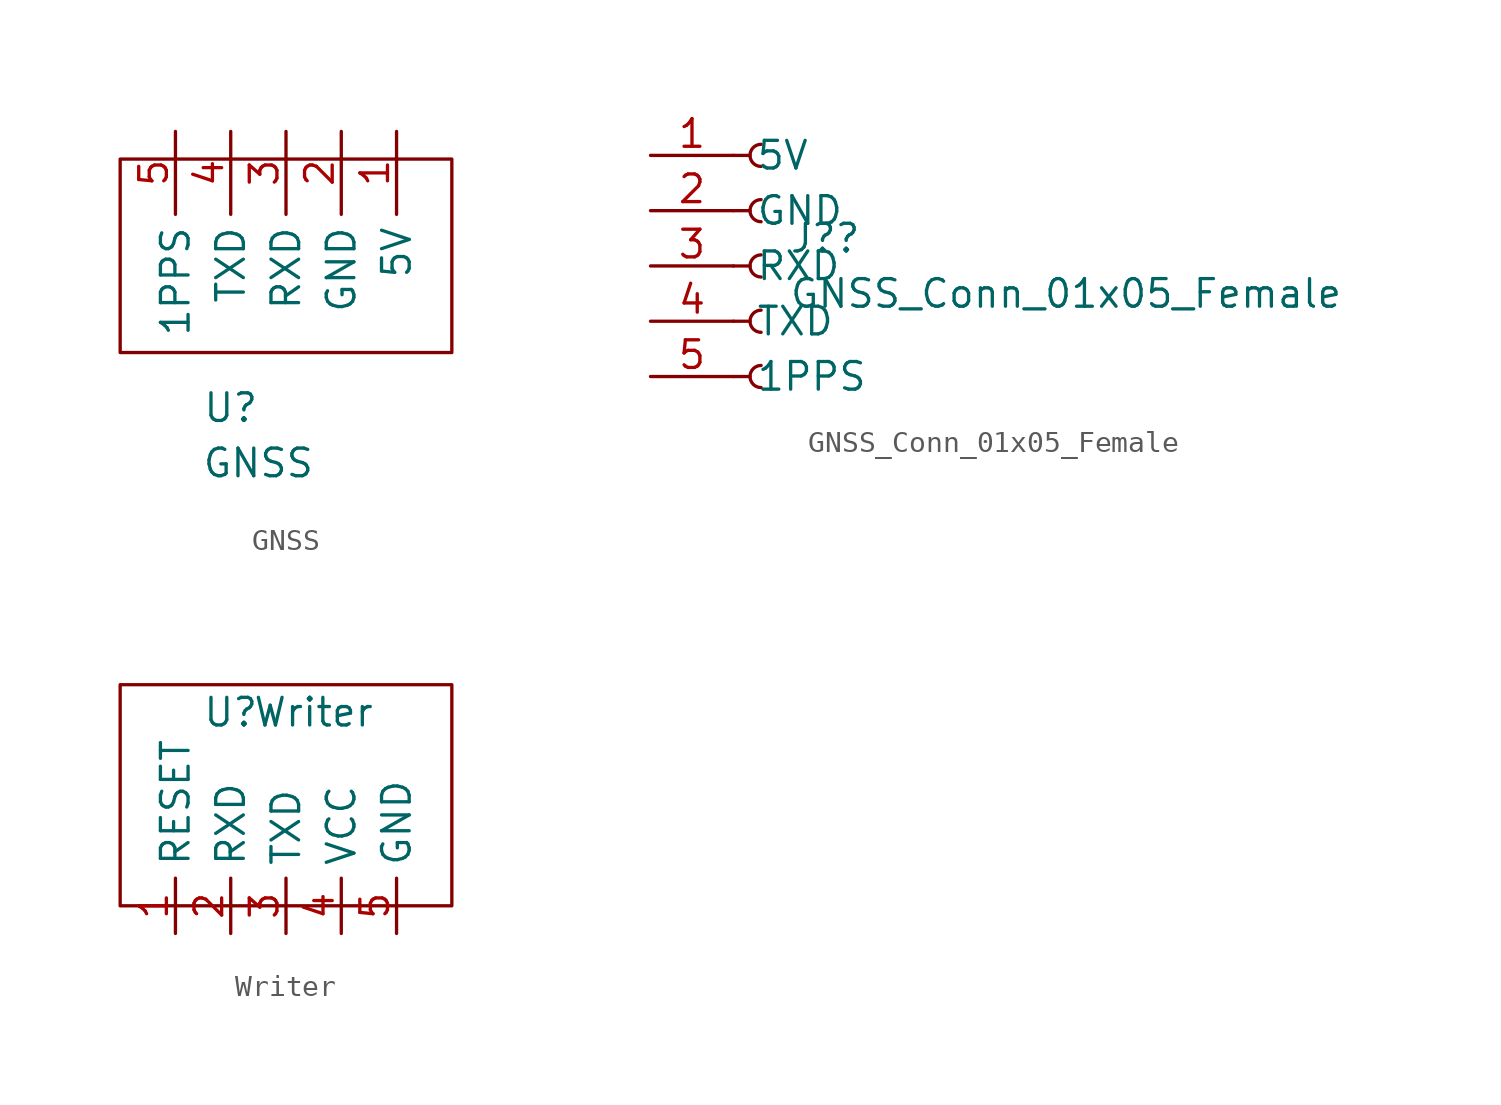
<source format=kicad_sym>
(kicad_symbol_lib
  (version 20211014)
  (generator kicad_symbol_editor)
  (symbol "GNSS"
    (property "Reference" "U"
      (at -1.27 1.27 0)
      (effects (font (size 1.27 1.27))))
    (property "Value" "GNSS"
      (at 0 -1.27 0)
      (effects (font (size 1.27 1.27))))
    (symbol "GNSS_0_1"
      (rectangle (start 8.89 3.81) (end -6.35 12.7) (stroke (width 0) (type default) (color 0 0 0 0)) (fill (type none))))
    (symbol "GNSS_1_1"
      (pin passive line (at 6.35 13.97 270) (length 3.81) (name "5V" (effects (font (size 1.27 1.27)))) (number "1" (effects (font (size 1.27 1.27)))))
      (pin passive line (at 3.81 13.97 270) (length 3.81) (name "GND" (effects (font (size 1.27 1.27)))) (number "2" (effects (font (size 1.27 1.27)))))
      (pin passive line (at 1.27 13.97 270) (length 3.81) (name "RXD" (effects (font (size 1.27 1.27)))) (number "3" (effects (font (size 1.27 1.27)))))
      (pin passive line (at -1.27 13.97 270) (length 3.81) (name "TXD" (effects (font (size 1.27 1.27)))) (number "4" (effects (font (size 1.27 1.27)))))
      (pin passive line (at -3.81 13.97 270) (length 3.81) (name "1PPS" (effects (font (size 1.27 1.27)))) (number "5" (effects (font (size 1.27 1.27)))))))
  (symbol "GNSS_Conn_01x05_Female"
    (pin_names
      (offset 1.016))
    (property "Reference" "J?"
      (at 1.27 1.27 0)
      (effects (font (size 1.27 1.27)) (justify left)))
    (property "Value" "GNSS_Conn_01x05_Female"
      (at 1.27 -1.27 0)
      (effects (font (size 1.27 1.27)) (justify left)))
    (symbol "GNSS_Conn_01x05_Female_1_1"
      (arc (start 0 -4.572) (mid -0.508 -5.08) (end 0 -5.588) (stroke (width 0.1524) (type default) (color 0 0 0 0)) (fill (type none)))
      (arc (start 0 -2.032) (mid -0.508 -2.54) (end 0 -3.048) (stroke (width 0.1524) (type default) (color 0 0 0 0)) (fill (type none)))
      (polyline (pts (xy -1.27 -5.08) (xy -0.508 -5.08)) (stroke (width 0.152) (type default) (color 0 0 0 0)) (fill (type none)))
      (polyline (pts (xy -1.27 -2.54) (xy -0.508 -2.54)) (stroke (width 0.152) (type default) (color 0 0 0 0)) (fill (type none)))
      (polyline (pts (xy -1.27 0) (xy -0.508 0)) (stroke (width 0.152) (type default) (color 0 0 0 0)) (fill (type none)))
      (polyline (pts (xy -1.27 2.54) (xy -0.508 2.54)) (stroke (width 0.152) (type default) (color 0 0 0 0)) (fill (type none)))
      (polyline (pts (xy -1.27 5.08) (xy -0.508 5.08)) (stroke (width 0.152) (type default) (color 0 0 0 0)) (fill (type none)))
      (arc (start 0 0.508) (mid -0.508 0) (end 0 -0.508) (stroke (width 0.1524) (type default) (color 0 0 0 0)) (fill (type none)))
      (arc (start 0 3.048) (mid -0.508 2.54) (end 0 2.032) (stroke (width 0.1524) (type default) (color 0 0 0 0)) (fill (type none)))
      (arc (start 0 5.588) (mid -0.508 5.08) (end 0 4.572) (stroke (width 0.1524) (type default) (color 0 0 0 0)) (fill (type none)))
      (pin passive line (at -5.08 5.08 0) (length 3.81) (name "5V" (effects (font (size 1.27 1.27)))) (number "1" (effects (font (size 1.27 1.27)))))
      (pin passive line (at -5.08 2.54 0) (length 3.81) (name "GND" (effects (font (size 1.27 1.27)))) (number "2" (effects (font (size 1.27 1.27)))))
      (pin passive line (at -5.08 0 0) (length 3.81) (name "RXD" (effects (font (size 1.27 1.27)))) (number "3" (effects (font (size 1.27 1.27)))))
      (pin passive line (at -5.08 -2.54 0) (length 3.81) (name "TXD" (effects (font (size 1.27 1.27)))) (number "4" (effects (font (size 1.27 1.27)))))
      (pin passive line (at -5.08 -5.08 0) (length 3.81) (name "1PPS" (effects (font (size 1.27 1.27)))) (number "5" (effects (font (size 1.27 1.27)))))))
  (symbol "Writer"
    (property "Reference" "U"
      (at -2.54 6.35 0)
      (effects (font (size 1.27 1.27))))
    (property "Value" "Writer"
      (at 1.27 6.35 0)
      (effects (font (size 1.27 1.27))))
    (symbol "Writer_0_1"
      (rectangle (start 7.62 -2.54) (end -7.62 7.62) (stroke (width 0) (type default) (color 0 0 0 0)) (fill (type none))))
    (symbol "Writer_1_1"
      (pin input line (at -5.08 -3.81 90) (length 2.54) (name "RESET" (effects (font (size 1.27 1.27)))) (number "1" (effects (font (size 1.27 1.27)))))
      (pin input line (at -2.54 -3.81 90) (length 2.54) (name "RXD" (effects (font (size 1.27 1.27)))) (number "2" (effects (font (size 1.27 1.27)))))
      (pin input line (at 0 -3.81 90) (length 2.54) (name "TXD" (effects (font (size 1.27 1.27)))) (number "3" (effects (font (size 1.27 1.27)))))
      (pin input line (at 2.54 -3.81 90) (length 2.54) (name "VCC" (effects (font (size 1.27 1.27)))) (number "4" (effects (font (size 1.27 1.27)))))
      (pin input line (at 5.08 -3.81 90) (length 2.54) (name "GND" (effects (font (size 1.27 1.27)))) (number "5" (effects (font (size 1.27 1.27))))))))
</source>
